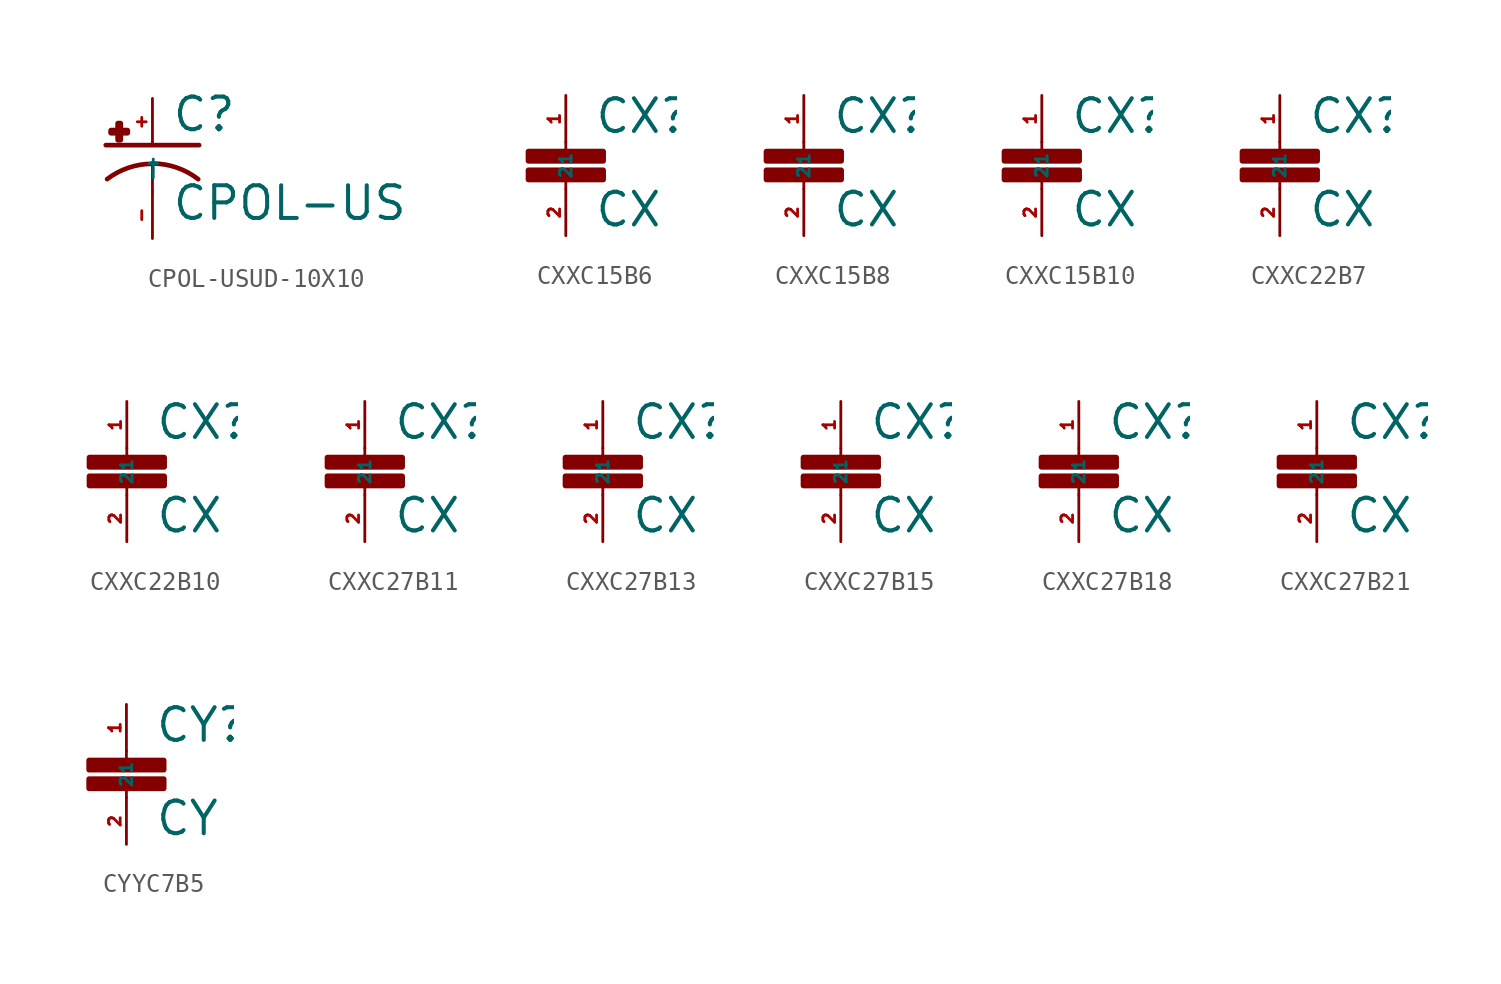
<source format=kicad_sym>
(kicad_symbol_lib
  (version 20220914)
  (generator Eagle2Kicad)
  (symbol "CPOL-USUD-10X10"
    (property "Reference" "C"
      (at 1.016 0.635 0)
      (effects (font (size 1.778 1.778) (thickness 0.22)) (justify left bottom)))
    (property "Value" "CPOL-US"
      (at 1.016 -4.191 0)
      (effects (font (size 1.778 1.778) (thickness 0.22)) (justify left bottom)))
    (polyline
      (pts (xy -2.54 0) (xy 2.54 0))
      (stroke (width 0.254) (type default))
      (fill (type none)))
    (polyline
      (pts (xy 0 -1.016) (xy 0 -2.54))
      (stroke (width 0.152) (type default))
      (fill (type none)))
    (arc
      (start 2.4892 -1.8542)
      (mid 1.316 -1.220)
      (end 0 -1)
      (stroke (width 0.254) (type default))
      (fill (type none)))
    (arc
      (start 0 -1.0161)
      (mid -1.302 -1.230)
      (end -2.4669 -1.8504)
      (stroke (width 0.254) (type default))
      (fill (type none)))
    (rectangle
      (start -2.253 0.668)
      (end -1.364 0.795)
      (stroke (width 0.3) (type default))
      (fill (type outline)))
    (rectangle
      (start -1.872 0.287)
      (end -1.745 1.176)
      (stroke (width 0.3) (type default))
      (fill (type outline)))
    (pin passive line
      (at 0 2.54 270)
      (length 2.54)
      (name "+" (effects (font (size 0.635 0.635) (thickness 0.08)) (justify left bottom)))
      (number "+" (effects (font (size 0.635 0.635) (thickness 0.08)) (justify left bottom))))
    (pin passive line
      (at 0 -5.08 90)
      (length 2.54)
      (name "-" (effects (font (size 0.635 0.635) (thickness 0.08)) (justify left bottom)))
      (number "-" (effects (font (size 0.635 0.635) (thickness 0.08)) (justify left bottom)))))
  (symbol "CXXC15B6"
    (property "Reference" "CX"
      (at 1.524 0.381 0)
      (effects (font (size 1.778 1.778) (thickness 0.22)) (justify left bottom)))
    (property "Value" "CX"
      (at 1.524 -4.699 0)
      (effects (font (size 1.778 1.778) (thickness 0.22)) (justify left bottom)))
    (polyline
      (pts (xy 0 0) (xy 0 -0.508))
      (stroke (width 0.152) (type default))
      (fill (type none)))
    (polyline
      (pts (xy 0 -2.54) (xy 0 -2.032))
      (stroke (width 0.152) (type default))
      (fill (type none)))
    (rectangle
      (start -2.032 -2.032)
      (end 2.032 -1.524)
      (stroke (width 0.3) (type default))
      (fill (type outline)))
    (rectangle
      (start -2.032 -1.016)
      (end 2.032 -0.508)
      (stroke (width 0.3) (type default))
      (fill (type outline)))
    (pin passive line
      (at 0 2.54 270)
      (length 2.54)
      (name "1" (effects (font (size 0.635 0.635) (thickness 0.08)) (justify left bottom)))
      (number "1" (effects (font (size 0.635 0.635) (thickness 0.08)) (justify left bottom))))
    (pin passive line
      (at 0 -5.08 90)
      (length 2.54)
      (name "2" (effects (font (size 0.635 0.635) (thickness 0.08)) (justify left bottom)))
      (number "2" (effects (font (size 0.635 0.635) (thickness 0.08)) (justify left bottom)))))
  (symbol "CXXC15B8"
    (property "Reference" "CX"
      (at 1.524 0.381 0)
      (effects (font (size 1.778 1.778) (thickness 0.22)) (justify left bottom)))
    (property "Value" "CX"
      (at 1.524 -4.699 0)
      (effects (font (size 1.778 1.778) (thickness 0.22)) (justify left bottom)))
    (polyline
      (pts (xy 0 0) (xy 0 -0.508))
      (stroke (width 0.152) (type default))
      (fill (type none)))
    (polyline
      (pts (xy 0 -2.54) (xy 0 -2.032))
      (stroke (width 0.152) (type default))
      (fill (type none)))
    (rectangle
      (start -2.032 -2.032)
      (end 2.032 -1.524)
      (stroke (width 0.3) (type default))
      (fill (type outline)))
    (rectangle
      (start -2.032 -1.016)
      (end 2.032 -0.508)
      (stroke (width 0.3) (type default))
      (fill (type outline)))
    (pin passive line
      (at 0 2.54 270)
      (length 2.54)
      (name "1" (effects (font (size 0.635 0.635) (thickness 0.08)) (justify left bottom)))
      (number "1" (effects (font (size 0.635 0.635) (thickness 0.08)) (justify left bottom))))
    (pin passive line
      (at 0 -5.08 90)
      (length 2.54)
      (name "2" (effects (font (size 0.635 0.635) (thickness 0.08)) (justify left bottom)))
      (number "2" (effects (font (size 0.635 0.635) (thickness 0.08)) (justify left bottom)))))
  (symbol "CXXC15B10"
    (property "Reference" "CX"
      (at 1.524 0.381 0)
      (effects (font (size 1.778 1.778) (thickness 0.22)) (justify left bottom)))
    (property "Value" "CX"
      (at 1.524 -4.699 0)
      (effects (font (size 1.778 1.778) (thickness 0.22)) (justify left bottom)))
    (polyline
      (pts (xy 0 0) (xy 0 -0.508))
      (stroke (width 0.152) (type default))
      (fill (type none)))
    (polyline
      (pts (xy 0 -2.54) (xy 0 -2.032))
      (stroke (width 0.152) (type default))
      (fill (type none)))
    (rectangle
      (start -2.032 -2.032)
      (end 2.032 -1.524)
      (stroke (width 0.3) (type default))
      (fill (type outline)))
    (rectangle
      (start -2.032 -1.016)
      (end 2.032 -0.508)
      (stroke (width 0.3) (type default))
      (fill (type outline)))
    (pin passive line
      (at 0 2.54 270)
      (length 2.54)
      (name "1" (effects (font (size 0.635 0.635) (thickness 0.08)) (justify left bottom)))
      (number "1" (effects (font (size 0.635 0.635) (thickness 0.08)) (justify left bottom))))
    (pin passive line
      (at 0 -5.08 90)
      (length 2.54)
      (name "2" (effects (font (size 0.635 0.635) (thickness 0.08)) (justify left bottom)))
      (number "2" (effects (font (size 0.635 0.635) (thickness 0.08)) (justify left bottom)))))
  (symbol "CXXC22B7"
    (property "Reference" "CX"
      (at 1.524 0.381 0)
      (effects (font (size 1.778 1.778) (thickness 0.22)) (justify left bottom)))
    (property "Value" "CX"
      (at 1.524 -4.699 0)
      (effects (font (size 1.778 1.778) (thickness 0.22)) (justify left bottom)))
    (polyline
      (pts (xy 0 0) (xy 0 -0.508))
      (stroke (width 0.152) (type default))
      (fill (type none)))
    (polyline
      (pts (xy 0 -2.54) (xy 0 -2.032))
      (stroke (width 0.152) (type default))
      (fill (type none)))
    (rectangle
      (start -2.032 -2.032)
      (end 2.032 -1.524)
      (stroke (width 0.3) (type default))
      (fill (type outline)))
    (rectangle
      (start -2.032 -1.016)
      (end 2.032 -0.508)
      (stroke (width 0.3) (type default))
      (fill (type outline)))
    (pin passive line
      (at 0 2.54 270)
      (length 2.54)
      (name "1" (effects (font (size 0.635 0.635) (thickness 0.08)) (justify left bottom)))
      (number "1" (effects (font (size 0.635 0.635) (thickness 0.08)) (justify left bottom))))
    (pin passive line
      (at 0 -5.08 90)
      (length 2.54)
      (name "2" (effects (font (size 0.635 0.635) (thickness 0.08)) (justify left bottom)))
      (number "2" (effects (font (size 0.635 0.635) (thickness 0.08)) (justify left bottom)))))
  (symbol "CXXC22B10"
    (property "Reference" "CX"
      (at 1.524 0.381 0)
      (effects (font (size 1.778 1.778) (thickness 0.22)) (justify left bottom)))
    (property "Value" "CX"
      (at 1.524 -4.699 0)
      (effects (font (size 1.778 1.778) (thickness 0.22)) (justify left bottom)))
    (polyline
      (pts (xy 0 0) (xy 0 -0.508))
      (stroke (width 0.152) (type default))
      (fill (type none)))
    (polyline
      (pts (xy 0 -2.54) (xy 0 -2.032))
      (stroke (width 0.152) (type default))
      (fill (type none)))
    (rectangle
      (start -2.032 -2.032)
      (end 2.032 -1.524)
      (stroke (width 0.3) (type default))
      (fill (type outline)))
    (rectangle
      (start -2.032 -1.016)
      (end 2.032 -0.508)
      (stroke (width 0.3) (type default))
      (fill (type outline)))
    (pin passive line
      (at 0 2.54 270)
      (length 2.54)
      (name "1" (effects (font (size 0.635 0.635) (thickness 0.08)) (justify left bottom)))
      (number "1" (effects (font (size 0.635 0.635) (thickness 0.08)) (justify left bottom))))
    (pin passive line
      (at 0 -5.08 90)
      (length 2.54)
      (name "2" (effects (font (size 0.635 0.635) (thickness 0.08)) (justify left bottom)))
      (number "2" (effects (font (size 0.635 0.635) (thickness 0.08)) (justify left bottom)))))
  (symbol "CXXC27B11"
    (property "Reference" "CX"
      (at 1.524 0.381 0)
      (effects (font (size 1.778 1.778) (thickness 0.22)) (justify left bottom)))
    (property "Value" "CX"
      (at 1.524 -4.699 0)
      (effects (font (size 1.778 1.778) (thickness 0.22)) (justify left bottom)))
    (polyline
      (pts (xy 0 0) (xy 0 -0.508))
      (stroke (width 0.152) (type default))
      (fill (type none)))
    (polyline
      (pts (xy 0 -2.54) (xy 0 -2.032))
      (stroke (width 0.152) (type default))
      (fill (type none)))
    (rectangle
      (start -2.032 -2.032)
      (end 2.032 -1.524)
      (stroke (width 0.3) (type default))
      (fill (type outline)))
    (rectangle
      (start -2.032 -1.016)
      (end 2.032 -0.508)
      (stroke (width 0.3) (type default))
      (fill (type outline)))
    (pin passive line
      (at 0 2.54 270)
      (length 2.54)
      (name "1" (effects (font (size 0.635 0.635) (thickness 0.08)) (justify left bottom)))
      (number "1" (effects (font (size 0.635 0.635) (thickness 0.08)) (justify left bottom))))
    (pin passive line
      (at 0 -5.08 90)
      (length 2.54)
      (name "2" (effects (font (size 0.635 0.635) (thickness 0.08)) (justify left bottom)))
      (number "2" (effects (font (size 0.635 0.635) (thickness 0.08)) (justify left bottom)))))
  (symbol "CXXC27B13"
    (property "Reference" "CX"
      (at 1.524 0.381 0)
      (effects (font (size 1.778 1.778) (thickness 0.22)) (justify left bottom)))
    (property "Value" "CX"
      (at 1.524 -4.699 0)
      (effects (font (size 1.778 1.778) (thickness 0.22)) (justify left bottom)))
    (polyline
      (pts (xy 0 0) (xy 0 -0.508))
      (stroke (width 0.152) (type default))
      (fill (type none)))
    (polyline
      (pts (xy 0 -2.54) (xy 0 -2.032))
      (stroke (width 0.152) (type default))
      (fill (type none)))
    (rectangle
      (start -2.032 -2.032)
      (end 2.032 -1.524)
      (stroke (width 0.3) (type default))
      (fill (type outline)))
    (rectangle
      (start -2.032 -1.016)
      (end 2.032 -0.508)
      (stroke (width 0.3) (type default))
      (fill (type outline)))
    (pin passive line
      (at 0 2.54 270)
      (length 2.54)
      (name "1" (effects (font (size 0.635 0.635) (thickness 0.08)) (justify left bottom)))
      (number "1" (effects (font (size 0.635 0.635) (thickness 0.08)) (justify left bottom))))
    (pin passive line
      (at 0 -5.08 90)
      (length 2.54)
      (name "2" (effects (font (size 0.635 0.635) (thickness 0.08)) (justify left bottom)))
      (number "2" (effects (font (size 0.635 0.635) (thickness 0.08)) (justify left bottom)))))
  (symbol "CXXC27B15"
    (property "Reference" "CX"
      (at 1.524 0.381 0)
      (effects (font (size 1.778 1.778) (thickness 0.22)) (justify left bottom)))
    (property "Value" "CX"
      (at 1.524 -4.699 0)
      (effects (font (size 1.778 1.778) (thickness 0.22)) (justify left bottom)))
    (polyline
      (pts (xy 0 0) (xy 0 -0.508))
      (stroke (width 0.152) (type default))
      (fill (type none)))
    (polyline
      (pts (xy 0 -2.54) (xy 0 -2.032))
      (stroke (width 0.152) (type default))
      (fill (type none)))
    (rectangle
      (start -2.032 -2.032)
      (end 2.032 -1.524)
      (stroke (width 0.3) (type default))
      (fill (type outline)))
    (rectangle
      (start -2.032 -1.016)
      (end 2.032 -0.508)
      (stroke (width 0.3) (type default))
      (fill (type outline)))
    (pin passive line
      (at 0 2.54 270)
      (length 2.54)
      (name "1" (effects (font (size 0.635 0.635) (thickness 0.08)) (justify left bottom)))
      (number "1" (effects (font (size 0.635 0.635) (thickness 0.08)) (justify left bottom))))
    (pin passive line
      (at 0 -5.08 90)
      (length 2.54)
      (name "2" (effects (font (size 0.635 0.635) (thickness 0.08)) (justify left bottom)))
      (number "2" (effects (font (size 0.635 0.635) (thickness 0.08)) (justify left bottom)))))
  (symbol "CXXC27B18"
    (property "Reference" "CX"
      (at 1.524 0.381 0)
      (effects (font (size 1.778 1.778) (thickness 0.22)) (justify left bottom)))
    (property "Value" "CX"
      (at 1.524 -4.699 0)
      (effects (font (size 1.778 1.778) (thickness 0.22)) (justify left bottom)))
    (polyline
      (pts (xy 0 0) (xy 0 -0.508))
      (stroke (width 0.152) (type default))
      (fill (type none)))
    (polyline
      (pts (xy 0 -2.54) (xy 0 -2.032))
      (stroke (width 0.152) (type default))
      (fill (type none)))
    (rectangle
      (start -2.032 -2.032)
      (end 2.032 -1.524)
      (stroke (width 0.3) (type default))
      (fill (type outline)))
    (rectangle
      (start -2.032 -1.016)
      (end 2.032 -0.508)
      (stroke (width 0.3) (type default))
      (fill (type outline)))
    (pin passive line
      (at 0 2.54 270)
      (length 2.54)
      (name "1" (effects (font (size 0.635 0.635) (thickness 0.08)) (justify left bottom)))
      (number "1" (effects (font (size 0.635 0.635) (thickness 0.08)) (justify left bottom))))
    (pin passive line
      (at 0 -5.08 90)
      (length 2.54)
      (name "2" (effects (font (size 0.635 0.635) (thickness 0.08)) (justify left bottom)))
      (number "2" (effects (font (size 0.635 0.635) (thickness 0.08)) (justify left bottom)))))
  (symbol "CXXC27B21"
    (property "Reference" "CX"
      (at 1.524 0.381 0)
      (effects (font (size 1.778 1.778) (thickness 0.22)) (justify left bottom)))
    (property "Value" "CX"
      (at 1.524 -4.699 0)
      (effects (font (size 1.778 1.778) (thickness 0.22)) (justify left bottom)))
    (polyline
      (pts (xy 0 0) (xy 0 -0.508))
      (stroke (width 0.152) (type default))
      (fill (type none)))
    (polyline
      (pts (xy 0 -2.54) (xy 0 -2.032))
      (stroke (width 0.152) (type default))
      (fill (type none)))
    (rectangle
      (start -2.032 -2.032)
      (end 2.032 -1.524)
      (stroke (width 0.3) (type default))
      (fill (type outline)))
    (rectangle
      (start -2.032 -1.016)
      (end 2.032 -0.508)
      (stroke (width 0.3) (type default))
      (fill (type outline)))
    (pin passive line
      (at 0 2.54 270)
      (length 2.54)
      (name "1" (effects (font (size 0.635 0.635) (thickness 0.08)) (justify left bottom)))
      (number "1" (effects (font (size 0.635 0.635) (thickness 0.08)) (justify left bottom))))
    (pin passive line
      (at 0 -5.08 90)
      (length 2.54)
      (name "2" (effects (font (size 0.635 0.635) (thickness 0.08)) (justify left bottom)))
      (number "2" (effects (font (size 0.635 0.635) (thickness 0.08)) (justify left bottom)))))
  (symbol "CYYC7B5"
    (property "Reference" "CY"
      (at 1.524 0.381 0)
      (effects (font (size 1.778 1.778) (thickness 0.22)) (justify left bottom)))
    (property "Value" "CY"
      (at 1.524 -4.699 0)
      (effects (font (size 1.778 1.778) (thickness 0.22)) (justify left bottom)))
    (polyline
      (pts (xy 0 0) (xy 0 -0.508))
      (stroke (width 0.152) (type default))
      (fill (type none)))
    (polyline
      (pts (xy 0 -2.54) (xy 0 -2.032))
      (stroke (width 0.152) (type default))
      (fill (type none)))
    (rectangle
      (start -2.032 -2.032)
      (end 2.032 -1.524)
      (stroke (width 0.3) (type default))
      (fill (type outline)))
    (rectangle
      (start -2.032 -1.016)
      (end 2.032 -0.508)
      (stroke (width 0.3) (type default))
      (fill (type outline)))
    (pin passive line
      (at 0 2.54 270)
      (length 2.54)
      (name "1" (effects (font (size 0.635 0.635) (thickness 0.08)) (justify left bottom)))
      (number "1" (effects (font (size 0.635 0.635) (thickness 0.08)) (justify left bottom))))
    (pin passive line
      (at 0 -5.08 90)
      (length 2.54)
      (name "2" (effects (font (size 0.635 0.635) (thickness 0.08)) (justify left bottom)))
      (number "2" (effects (font (size 0.635 0.635) (thickness 0.08)) (justify left bottom))))))
</source>
